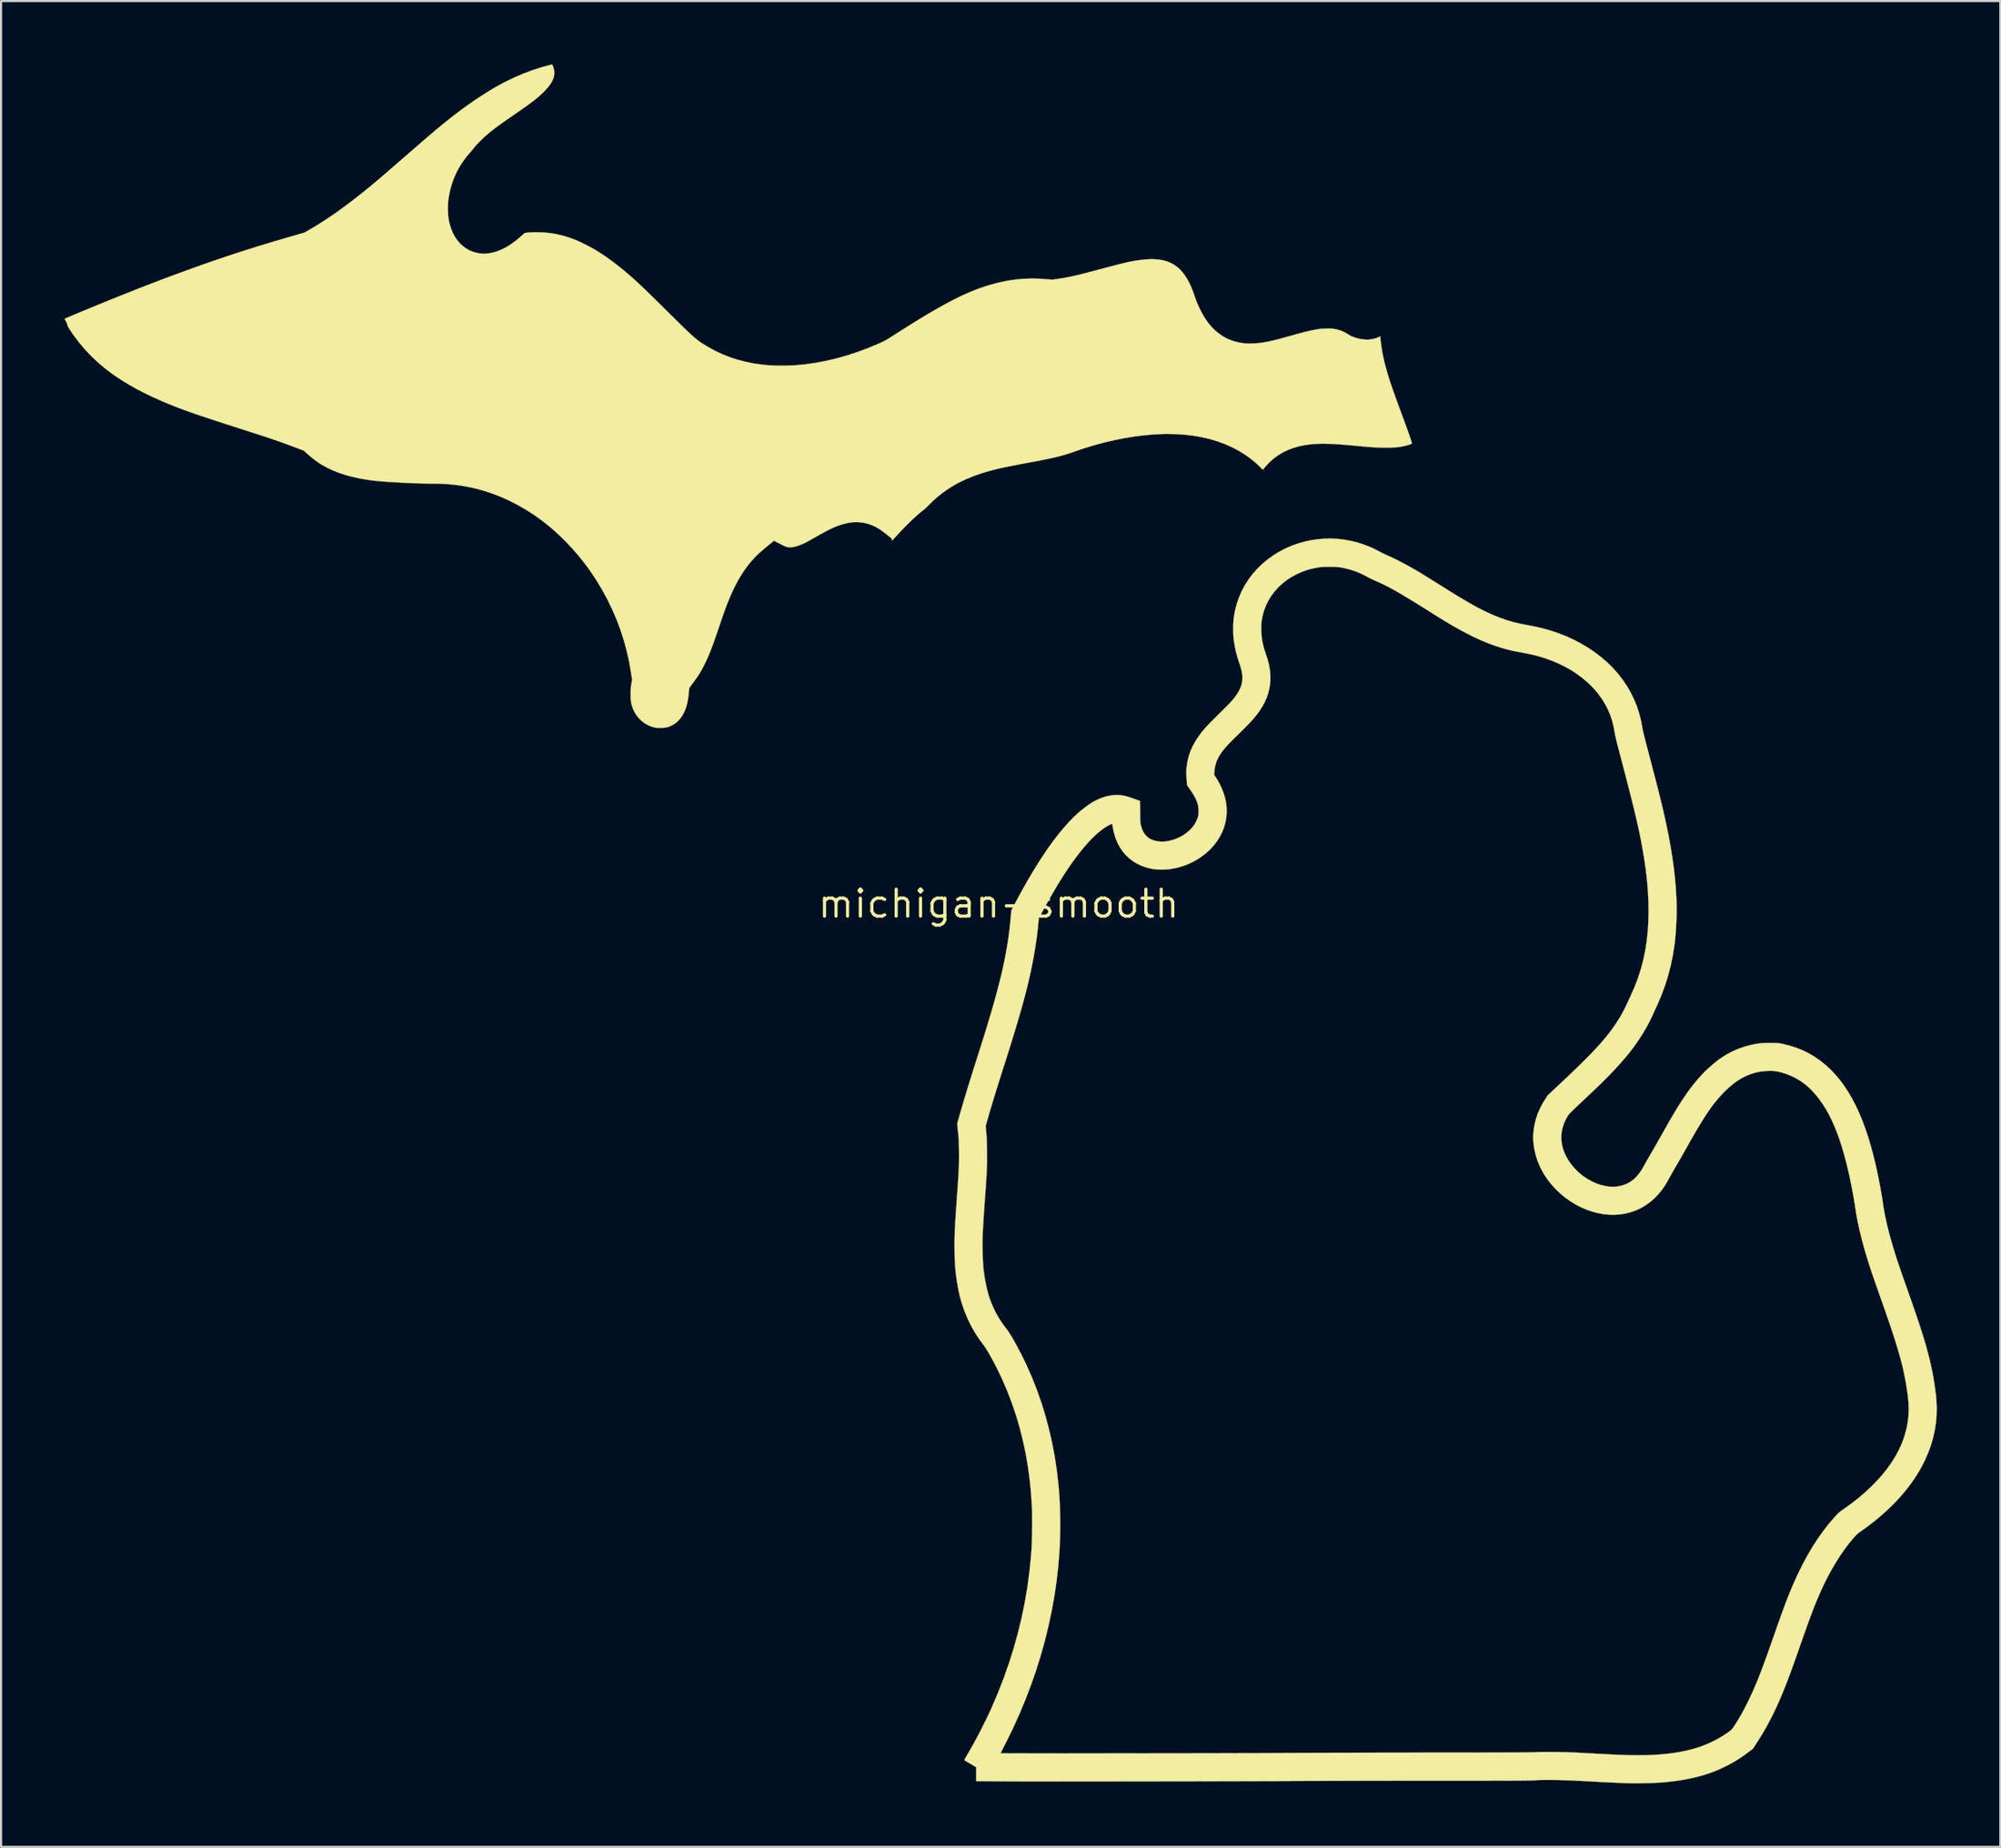
<source format=kicad_pcb>
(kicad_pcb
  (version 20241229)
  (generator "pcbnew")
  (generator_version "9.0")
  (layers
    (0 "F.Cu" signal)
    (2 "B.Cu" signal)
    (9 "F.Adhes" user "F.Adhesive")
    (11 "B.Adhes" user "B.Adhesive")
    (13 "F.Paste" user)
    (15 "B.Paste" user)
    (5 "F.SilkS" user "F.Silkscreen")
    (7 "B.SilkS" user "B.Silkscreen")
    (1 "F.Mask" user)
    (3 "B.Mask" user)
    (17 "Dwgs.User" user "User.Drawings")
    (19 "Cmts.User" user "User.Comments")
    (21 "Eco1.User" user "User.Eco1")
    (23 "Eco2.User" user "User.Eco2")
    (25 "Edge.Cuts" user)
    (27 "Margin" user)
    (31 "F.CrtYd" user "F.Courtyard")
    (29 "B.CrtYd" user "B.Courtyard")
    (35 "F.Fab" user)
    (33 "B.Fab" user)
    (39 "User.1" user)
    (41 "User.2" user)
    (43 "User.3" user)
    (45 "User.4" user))
  (footprint "michigan-smooth"
    (layer "F.Cu")
    (at 44.118 39.648)
    (property "Reference" "michigan-smooth" (at 0 0 0) (layer "F.SilkS") (effects (font (size 1.27 1.27) (thickness 0.15))))
    (attr through_hole)
    (fp_poly (pts (xy -21.082 -39.641) (xy -21.081 -39.641) (xy -21.067 -39.618) (xy -21.05 -39.576) (xy -21.032 -39.522) (xy -21.015 -39.462) (xy -21.001 -39.402) (xy -20.993 -39.356) (xy -20.986 -39.232) (xy -21.001 -39.107) (xy -21.021 -39.027) (xy -21.056 -38.931) (xy -21.102 -38.837) (xy -21.16 -38.741) (xy -21.233 -38.641) (xy -21.323 -38.533) (xy -21.411 -38.436) (xy -21.478 -38.366) (xy -21.547 -38.298) (xy -21.619 -38.23) (xy -21.696 -38.16) (xy -21.78 -38.089) (xy -21.871 -38.014) (xy -21.971 -37.935) (xy -22.083 -37.851) (xy -22.206 -37.759) (xy -22.344 -37.659) (xy -22.497 -37.551) (xy -22.667 -37.432) (xy -22.855 -37.301) (xy -23.05 -37.167) (xy -23.258 -37.023) (xy -23.446 -36.891) (xy -23.616 -36.769) (xy -23.77 -36.654) (xy -23.91 -36.546) (xy -24.039 -36.443) (xy -24.158 -36.343) (xy -24.27 -36.244) (xy -24.376 -36.146) (xy -24.41 -36.113) (xy -24.52 -36.005) (xy -24.613 -35.909) (xy -24.694 -35.819) (xy -24.767 -35.733) (xy -24.822 -35.662) (xy -24.864 -35.609) (xy -24.912 -35.551) (xy -24.955 -35.503) (xy -25.057 -35.388) (xy -25.163 -35.256) (xy -25.268 -35.114) (xy -25.368 -34.968) (xy -25.456 -34.827) (xy -25.466 -34.811) (xy -25.606 -34.552) (xy -25.724 -34.292) (xy -25.821 -34.027) (xy -25.899 -33.751) (xy -25.959 -33.461) (xy -25.97 -33.394) (xy -25.984 -33.308) (xy -25.994 -33.236) (xy -26.001 -33.171) (xy -26.005 -33.106) (xy -26.008 -33.034) (xy -26.009 -32.949) (xy -26.01 -32.867) (xy -26.009 -32.725) (xy -26.005 -32.602) (xy -25.997 -32.492) (xy -25.985 -32.39) (xy -25.968 -32.289) (xy -25.945 -32.184) (xy -25.925 -32.099) (xy -25.857 -31.883) (xy -25.773 -31.682) (xy -25.672 -31.498) (xy -25.556 -31.332) (xy -25.426 -31.183) (xy -25.282 -31.054) (xy -25.127 -30.945) (xy -24.962 -30.855) (xy -24.786 -30.787) (xy -24.602 -30.741) (xy -24.411 -30.717) (xy -24.213 -30.717) (xy -24.01 -30.741) (xy -23.882 -30.768) (xy -23.669 -30.832) (xy -23.455 -30.919) (xy -23.242 -31.03) (xy -23.027 -31.165) (xy -22.81 -31.324) (xy -22.591 -31.508) (xy -22.585 -31.513) (xy -22.53 -31.562) (xy -22.48 -31.606) (xy -22.438 -31.643) (xy -22.409 -31.668) (xy -22.399 -31.677) (xy -22.37 -31.689) (xy -22.318 -31.699) (xy -22.244 -31.708) (xy -22.151 -31.715) (xy -22.039 -31.721) (xy -21.911 -31.724) (xy -21.785 -31.725) (xy -21.485 -31.715) (xy -21.192 -31.688) (xy -20.901 -31.64) (xy -20.61 -31.573) (xy -20.314 -31.485) (xy -20.01 -31.375) (xy -19.968 -31.358) (xy -19.889 -31.324) (xy -19.792 -31.28) (xy -19.682 -31.227) (xy -19.564 -31.168) (xy -19.441 -31.106) (xy -19.32 -31.042) (xy -19.204 -30.979) (xy -19.097 -30.919) (xy -19.004 -30.865) (xy -18.996 -30.86) (xy -18.749 -30.704) (xy -18.492 -30.528) (xy -18.228 -30.337) (xy -17.961 -30.132) (xy -17.694 -29.916) (xy -17.513 -29.764) (xy -17.426 -29.688) (xy -17.339 -29.611) (xy -17.249 -29.531) (xy -17.157 -29.447) (xy -17.06 -29.358) (xy -16.957 -29.263) (xy -16.848 -29.16) (xy -16.731 -29.048) (xy -16.605 -28.926) (xy -16.468 -28.794) (xy -16.319 -28.648) (xy -16.157 -28.49) (xy -15.981 -28.316) (xy -15.79 -28.127) (xy -15.611 -27.95) (xy -15.429 -27.77) (xy -15.265 -27.607) (xy -15.116 -27.46) (xy -14.981 -27.328) (xy -14.859 -27.209) (xy -14.749 -27.103) (xy -14.649 -27.008) (xy -14.558 -26.923) (xy -14.475 -26.847) (xy -14.399 -26.78) (xy -14.328 -26.719) (xy -14.261 -26.664) (xy -14.196 -26.614) (xy -14.134 -26.568) (xy -14.071 -26.524) (xy -14.007 -26.481) (xy -13.941 -26.439) (xy -13.871 -26.396) (xy -13.797 -26.351) (xy -13.716 -26.303) (xy -13.7 -26.293) (xy -13.373 -26.115) (xy -13.031 -25.956) (xy -12.674 -25.817) (xy -12.305 -25.698) (xy -11.924 -25.6) (xy -11.533 -25.522) (xy -11.134 -25.467) (xy -10.884 -25.443) (xy -10.768 -25.436) (xy -10.632 -25.431) (xy -10.482 -25.427) (xy -10.322 -25.426) (xy -10.158 -25.426) (xy -9.996 -25.428) (xy -9.841 -25.431) (xy -9.698 -25.437) (xy -9.572 -25.444) (xy -9.557 -25.445) (xy -9.093 -25.491) (xy -8.622 -25.56) (xy -8.145 -25.651) (xy -7.664 -25.765) (xy -7.18 -25.901) (xy -6.696 -26.058) (xy -6.212 -26.236) (xy -5.731 -26.435) (xy -5.607 -26.489) (xy -5.54 -26.52) (xy -5.48 -26.548) (xy -5.425 -26.575) (xy -5.37 -26.604) (xy -5.312 -26.636) (xy -5.249 -26.674) (xy -5.176 -26.718) (xy -5.091 -26.772) (xy -4.989 -26.836) (xy -4.921 -26.88) (xy -4.568 -27.105) (xy -4.233 -27.316) (xy -3.917 -27.513) (xy -3.617 -27.696) (xy -3.333 -27.867) (xy -3.063 -28.025) (xy -2.807 -28.172) (xy -2.562 -28.308) (xy -2.329 -28.434) (xy -2.105 -28.55) (xy -1.89 -28.657) (xy -1.682 -28.756) (xy -1.48 -28.846) (xy -1.283 -28.93) (xy -1.09 -29.007) (xy -0.899 -29.077) (xy -0.71 -29.143) (xy -0.521 -29.204) (xy -0.391 -29.243) (xy -0.002 -29.347) (xy 0.381 -29.428) (xy 0.759 -29.487) (xy 1.138 -29.523) (xy 1.519 -29.538) (xy 1.906 -29.531) (xy 2.192 -29.513) (xy 2.535 -29.484) (xy 2.827 -29.526) (xy 3.12 -29.573) (xy 3.431 -29.634) (xy 3.756 -29.708) (xy 4.04 -29.78) (xy 4.307 -29.851) (xy 4.551 -29.915) (xy 4.773 -29.974) (xy 4.975 -30.027) (xy 5.157 -30.075) (xy 5.322 -30.118) (xy 5.47 -30.157) (xy 5.603 -30.191) (xy 5.723 -30.221) (xy 5.83 -30.248) (xy 5.926 -30.271) (xy 6.012 -30.292) (xy 6.09 -30.31) (xy 6.161 -30.325) (xy 6.226 -30.339) (xy 6.286 -30.351) (xy 6.344 -30.362) (xy 6.4 -30.372) (xy 6.456 -30.381) (xy 6.513 -30.389) (xy 6.572 -30.398) (xy 6.606 -30.403) (xy 6.874 -30.435) (xy 7.123 -30.451) (xy 7.354 -30.451) (xy 7.569 -30.434) (xy 7.768 -30.4) (xy 7.953 -30.349) (xy 8.124 -30.28) (xy 8.282 -30.194) (xy 8.43 -30.09) (xy 8.566 -29.967) (xy 8.645 -29.883) (xy 8.768 -29.729) (xy 8.885 -29.552) (xy 8.994 -29.355) (xy 9.095 -29.14) (xy 9.186 -28.91) (xy 9.227 -28.791) (xy 9.327 -28.508) (xy 9.44 -28.238) (xy 9.564 -27.983) (xy 9.696 -27.747) (xy 9.837 -27.531) (xy 9.908 -27.434) (xy 10.069 -27.242) (xy 10.245 -27.07) (xy 10.434 -26.918) (xy 10.634 -26.787) (xy 10.845 -26.678) (xy 11.065 -26.593) (xy 11.227 -26.546) (xy 11.374 -26.513) (xy 11.513 -26.49) (xy 11.653 -26.475) (xy 11.802 -26.469) (xy 11.96 -26.47) (xy 12.089 -26.475) (xy 12.217 -26.484) (xy 12.347 -26.497) (xy 12.482 -26.516) (xy 12.624 -26.54) (xy 12.776 -26.569) (xy 12.94 -26.606) (xy 13.119 -26.649) (xy 13.314 -26.7) (xy 13.529 -26.759) (xy 13.71 -26.81) (xy 13.902 -26.864) (xy 14.072 -26.912) (xy 14.224 -26.953) (xy 14.359 -26.989) (xy 14.481 -27.02) (xy 14.592 -27.047) (xy 14.695 -27.071) (xy 14.792 -27.092) (xy 14.887 -27.111) (xy 14.942 -27.121) (xy 15.038 -27.138) (xy 15.118 -27.151) (xy 15.19 -27.16) (xy 15.261 -27.166) (xy 15.34 -27.171) (xy 15.435 -27.174) (xy 15.456 -27.174) (xy 15.551 -27.176) (xy 15.626 -27.177) (xy 15.688 -27.176) (xy 15.742 -27.172) (xy 15.794 -27.166) (xy 15.849 -27.158) (xy 15.87 -27.155) (xy 16.002 -27.128) (xy 16.122 -27.094) (xy 16.237 -27.05) (xy 16.354 -26.994) (xy 16.478 -26.923) (xy 16.532 -26.889) (xy 16.591 -26.854) (xy 16.645 -26.825) (xy 16.701 -26.799) (xy 16.766 -26.775) (xy 16.849 -26.747) (xy 16.856 -26.745) (xy 16.941 -26.718) (xy 17.012 -26.699) (xy 17.077 -26.685) (xy 17.145 -26.674) (xy 17.227 -26.665) (xy 17.241 -26.663) (xy 17.315 -26.656) (xy 17.372 -26.651) (xy 17.418 -26.65) (xy 17.461 -26.652) (xy 17.509 -26.657) (xy 17.568 -26.666) (xy 17.616 -26.674) (xy 17.703 -26.69) (xy 17.773 -26.706) (xy 17.833 -26.724) (xy 17.89 -26.747) (xy 17.913 -26.757) (xy 18.028 -26.808) (xy 18.037 -26.685) (xy 18.047 -26.586) (xy 18.061 -26.468) (xy 18.079 -26.338) (xy 18.099 -26.204) (xy 18.122 -26.07) (xy 18.145 -25.945) (xy 18.153 -25.902) (xy 18.181 -25.768) (xy 18.212 -25.633) (xy 18.245 -25.497) (xy 18.281 -25.357) (xy 18.322 -25.211) (xy 18.366 -25.059) (xy 18.416 -24.898) (xy 18.47 -24.727) (xy 18.531 -24.544) (xy 18.598 -24.347) (xy 18.672 -24.136) (xy 18.754 -23.907) (xy 18.843 -23.661) (xy 18.941 -23.394) (xy 19.048 -23.106) (xy 19.069 -23.05) (xy 19.134 -22.876) (xy 19.195 -22.709) (xy 19.253 -22.549) (xy 19.307 -22.399) (xy 19.356 -22.261) (xy 19.4 -22.135) (xy 19.438 -22.024) (xy 19.469 -21.93) (xy 19.494 -21.853) (xy 19.51 -21.796) (xy 19.519 -21.76) (xy 19.52 -21.751) (xy 19.508 -21.736) (xy 19.474 -21.718) (xy 19.422 -21.698) (xy 19.355 -21.676) (xy 19.275 -21.654) (xy 19.188 -21.633) (xy 19.095 -21.613) (xy 19 -21.595) (xy 18.907 -21.58) (xy 18.834 -21.571) (xy 18.741 -21.563) (xy 18.628 -21.557) (xy 18.503 -21.552) (xy 18.369 -21.55) (xy 18.235 -21.549) (xy 18.106 -21.55) (xy 18.004 -21.553) (xy 17.923 -21.556) (xy 17.845 -21.56) (xy 17.766 -21.564) (xy 17.685 -21.569) (xy 17.598 -21.575) (xy 17.503 -21.582) (xy 17.398 -21.591) (xy 17.28 -21.601) (xy 17.146 -21.613) (xy 16.993 -21.627) (xy 16.82 -21.643) (xy 16.701 -21.655) (xy 16.435 -21.679) (xy 16.191 -21.698) (xy 15.968 -21.714) (xy 15.763 -21.725) (xy 15.573 -21.733) (xy 15.397 -21.736) (xy 15.231 -21.736) (xy 15.073 -21.731) (xy 14.922 -21.723) (xy 14.821 -21.716) (xy 14.515 -21.679) (xy 14.224 -21.623) (xy 13.947 -21.546) (xy 13.686 -21.449) (xy 13.44 -21.333) (xy 13.21 -21.196) (xy 12.996 -21.04) (xy 12.797 -20.865) (xy 12.615 -20.67) (xy 12.597 -20.648) (xy 12.48 -20.508) (xy 12.339 -20.647) (xy 12.198 -20.782) (xy 12.061 -20.903) (xy 11.922 -21.015) (xy 11.773 -21.125) (xy 11.62 -21.23) (xy 11.324 -21.413) (xy 11.011 -21.577) (xy 10.682 -21.722) (xy 10.338 -21.848) (xy 9.978 -21.955) (xy 9.604 -22.043) (xy 9.216 -22.111) (xy 8.815 -22.16) (xy 8.402 -22.188) (xy 7.976 -22.197) (xy 7.784 -22.195) (xy 7.34 -22.175) (xy 6.883 -22.135) (xy 6.416 -22.077) (xy 5.941 -21.999) (xy 5.462 -21.904) (xy 4.979 -21.791) (xy 4.498 -21.661) (xy 4.019 -21.514) (xy 3.575 -21.362) (xy 3.44 -21.314) (xy 3.305 -21.27) (xy 3.17 -21.228) (xy 3.031 -21.187) (xy 2.886 -21.148) (xy 2.733 -21.109) (xy 2.568 -21.071) (xy 2.39 -21.032) (xy 2.196 -20.991) (xy 1.984 -20.949) (xy 1.75 -20.904) (xy 1.578 -20.872) (xy 1.331 -20.826) (xy 1.096 -20.782) (xy 0.875 -20.739) (xy 0.669 -20.699) (xy 0.48 -20.661) (xy 0.309 -20.626) (xy 0.159 -20.595) (xy 0.03 -20.567) (xy -0.074 -20.543) (xy -0.467 -20.441) (xy -0.841 -20.328) (xy -1.195 -20.202) (xy -1.529 -20.065) (xy -1.841 -19.918) (xy -2 -19.833) (xy -2.231 -19.698) (xy -2.461 -19.547) (xy -2.684 -19.386) (xy -2.896 -19.216) (xy -3.092 -19.043) (xy -3.268 -18.868) (xy -3.277 -18.859) (xy -3.356 -18.778) (xy -3.436 -18.702) (xy -3.509 -18.638) (xy -3.556 -18.601) (xy -3.658 -18.522) (xy -3.775 -18.424) (xy -3.904 -18.31) (xy -4.043 -18.18) (xy -4.192 -18.038) (xy -4.347 -17.884) (xy -4.509 -17.719) (xy -4.674 -17.547) (xy -4.838 -17.37) (xy -4.894 -17.31) (xy -4.945 -17.255) (xy -4.987 -17.211) (xy -5.018 -17.178) (xy -5.036 -17.16) (xy -5.039 -17.158) (xy -5.042 -17.169) (xy -5.039 -17.196) (xy -5.038 -17.201) (xy -5.036 -17.215) (xy -5.038 -17.227) (xy -5.044 -17.241) (xy -5.058 -17.258) (xy -5.082 -17.281) (xy -5.118 -17.312) (xy -5.168 -17.353) (xy -5.235 -17.406) (xy -5.268 -17.433) (xy -5.343 -17.491) (xy -5.418 -17.549) (xy -5.489 -17.602) (xy -5.551 -17.648) (xy -5.6 -17.683) (xy -5.615 -17.693) (xy -5.808 -17.806) (xy -6.011 -17.897) (xy -6.22 -17.966) (xy -6.433 -18.01) (xy -6.649 -18.031) (xy -6.865 -18.028) (xy -6.979 -18.016) (xy -7.101 -17.995) (xy -7.236 -17.965) (xy -7.378 -17.927) (xy -7.516 -17.884) (xy -7.643 -17.838) (xy -7.712 -17.811) (xy -7.781 -17.782) (xy -7.852 -17.75) (xy -7.927 -17.715) (xy -8.009 -17.674) (xy -8.098 -17.629) (xy -8.198 -17.576) (xy -8.309 -17.515) (xy -8.435 -17.446) (xy -8.577 -17.366) (xy -8.737 -17.276) (xy -8.884 -17.192) (xy -9.076 -17.088) (xy -9.252 -17.002) (xy -9.412 -16.935) (xy -9.559 -16.886) (xy -9.692 -16.854) (xy -9.813 -16.841) (xy -9.923 -16.844) (xy -10.022 -16.865) (xy -10.022 -16.865) (xy -10.058 -16.879) (xy -10.111 -16.902) (xy -10.177 -16.933) (xy -10.252 -16.969) (xy -10.33 -17.009) (xy -10.357 -17.022) (xy -10.611 -17.154) (xy -10.668 -17.107) (xy -10.806 -16.994) (xy -10.926 -16.894) (xy -11.03 -16.808) (xy -11.119 -16.732) (xy -11.197 -16.667) (xy -11.264 -16.609) (xy -11.322 -16.557) (xy -11.373 -16.51) (xy -11.419 -16.466) (xy -11.462 -16.423) (xy -11.504 -16.38) (xy -11.524 -16.359) (xy -11.71 -16.151) (xy -11.887 -15.93) (xy -12.055 -15.694) (xy -12.214 -15.441) (xy -12.367 -15.17) (xy -12.515 -14.88) (xy -12.657 -14.567) (xy -12.795 -14.232) (xy -12.823 -14.161) (xy -12.859 -14.067) (xy -12.894 -13.974) (xy -12.929 -13.88) (xy -12.965 -13.78) (xy -13.003 -13.672) (xy -13.045 -13.552) (xy -13.091 -13.419) (xy -13.143 -13.268) (xy -13.201 -13.096) (xy -13.214 -13.056) (xy -13.294 -12.823) (xy -13.366 -12.612) (xy -13.434 -12.42) (xy -13.496 -12.246) (xy -13.556 -12.088) (xy -13.612 -11.942) (xy -13.666 -11.807) (xy -13.72 -11.68) (xy -13.773 -11.559) (xy -13.827 -11.442) (xy -13.883 -11.326) (xy -13.933 -11.227) (xy -14.029 -11.047) (xy -14.131 -10.873) (xy -14.245 -10.7) (xy -14.373 -10.52) (xy -14.434 -10.437) (xy -14.486 -10.369) (xy -14.532 -10.306) (xy -14.57 -10.252) (xy -14.598 -10.211) (xy -14.615 -10.184) (xy -14.618 -10.176) (xy -14.619 -10.145) (xy -14.623 -10.093) (xy -14.629 -10.028) (xy -14.637 -9.953) (xy -14.645 -9.874) (xy -14.654 -9.797) (xy -14.663 -9.727) (xy -14.67 -9.669) (xy -14.676 -9.633) (xy -14.722 -9.416) (xy -14.784 -9.217) (xy -14.862 -9.035) (xy -14.954 -8.871) (xy -15.06 -8.726) (xy -15.18 -8.601) (xy -15.313 -8.497) (xy -15.459 -8.414) (xy -15.475 -8.407) (xy -15.557 -8.372) (xy -15.633 -8.347) (xy -15.709 -8.329) (xy -15.794 -8.318) (xy -15.893 -8.313) (xy -15.938 -8.311) (xy -16.013 -8.311) (xy -16.083 -8.312) (xy -16.144 -8.314) (xy -16.188 -8.317) (xy -16.2 -8.319) (xy -16.377 -8.363) (xy -16.545 -8.43) (xy -16.702 -8.518) (xy -16.848 -8.626) (xy -16.98 -8.752) (xy -17.095 -8.894) (xy -17.193 -9.051) (xy -17.272 -9.22) (xy -17.301 -9.303) (xy -17.325 -9.38) (xy -17.344 -9.448) (xy -17.358 -9.51) (xy -17.368 -9.573) (xy -17.374 -9.641) (xy -17.378 -9.72) (xy -17.379 -9.815) (xy -17.38 -9.906) (xy -17.379 -10.007) (xy -17.378 -10.088) (xy -17.375 -10.154) (xy -17.372 -10.211) (xy -17.366 -10.265) (xy -17.358 -10.321) (xy -17.347 -10.385) (xy -17.346 -10.39) (xy -17.312 -10.575) (xy -17.355 -10.866) (xy -17.443 -11.391) (xy -17.557 -11.909) (xy -17.695 -12.421) (xy -17.856 -12.925) (xy -18.042 -13.422) (xy -18.252 -13.91) (xy -18.485 -14.39) (xy -18.741 -14.86) (xy -19.021 -15.321) (xy -19.324 -15.772) (xy -19.393 -15.869) (xy -19.625 -16.177) (xy -19.876 -16.486) (xy -20.143 -16.791) (xy -20.42 -17.086) (xy -20.705 -17.369) (xy -20.992 -17.633) (xy -21.179 -17.795) (xy -21.552 -18.092) (xy -21.934 -18.367) (xy -22.326 -18.619) (xy -22.726 -18.849) (xy -23.133 -19.056) (xy -23.547 -19.24) (xy -23.968 -19.4) (xy -24.393 -19.536) (xy -24.824 -19.647) (xy -25.258 -19.734) (xy -25.695 -19.796) (xy -25.718 -19.799) (xy -26.073 -19.83) (xy -26.444 -19.847) (xy -26.714 -19.85) (xy -26.874 -19.851) (xy -27.05 -19.854) (xy -27.24 -19.858) (xy -27.441 -19.864) (xy -27.649 -19.872) (xy -27.863 -19.881) (xy -28.078 -19.891) (xy -28.292 -19.901) (xy -28.502 -19.913) (xy -28.705 -19.925) (xy -28.897 -19.938) (xy -29.076 -19.951) (xy -29.238 -19.964) (xy -29.381 -19.978) (xy -29.5 -19.991) (xy -29.874 -20.042) (xy -30.227 -20.105) (xy -30.559 -20.18) (xy -30.872 -20.266) (xy -31.168 -20.364) (xy -31.446 -20.475) (xy -31.71 -20.599) (xy -31.959 -20.736) (xy -31.986 -20.752) (xy -32.136 -20.849) (xy -32.294 -20.963) (xy -32.456 -21.09) (xy -32.616 -21.226) (xy -32.644 -21.25) (xy -32.82 -21.409) (xy -33.247 -21.571) (xy -33.484 -21.66) (xy -33.712 -21.744) (xy -33.937 -21.825) (xy -34.165 -21.905) (xy -34.399 -21.985) (xy -34.647 -22.067) (xy -34.912 -22.154) (xy -34.989 -22.178) (xy -35.183 -22.241) (xy -35.357 -22.297) (xy -35.514 -22.348) (xy -35.656 -22.393) (xy -35.789 -22.436) (xy -35.914 -22.477) (xy -36.036 -22.516) (xy -36.157 -22.555) (xy -36.282 -22.596) (xy -36.413 -22.638) (xy -36.555 -22.684) (xy -36.71 -22.734) (xy -36.868 -22.785) (xy -37.161 -22.881) (xy -37.432 -22.971) (xy -37.684 -23.055) (xy -37.917 -23.134) (xy -38.136 -23.21) (xy -38.342 -23.284) (xy -38.538 -23.355) (xy -38.725 -23.426) (xy -38.907 -23.496) (xy -39.085 -23.567) (xy -39.262 -23.639) (xy -39.441 -23.714) (xy -39.606 -23.785) (xy -39.98 -23.953) (xy -40.346 -24.131) (xy -40.702 -24.316) (xy -41.043 -24.507) (xy -41.368 -24.702) (xy -41.672 -24.9) (xy -41.835 -25.013) (xy -42.195 -25.284) (xy -42.534 -25.57) (xy -42.855 -25.871) (xy -43.154 -26.188) (xy -43.434 -26.52) (xy -43.689 -26.86) (xy -43.746 -26.942) (xy -43.803 -27.028) (xy -43.859 -27.112) (xy -43.908 -27.19) (xy -43.948 -27.255) (xy -43.961 -27.278) (xy -43.969 -27.298) (xy -43.98 -27.336) (xy -43.993 -27.379) (xy -44.012 -27.435) (xy -44.039 -27.497) (xy -44.066 -27.546) (xy -44.09 -27.586) (xy -44.107 -27.617) (xy -44.113 -27.634) (xy -44.113 -27.636) (xy -44.1 -27.643) (xy -44.065 -27.659) (xy -44.009 -27.684) (xy -43.935 -27.716) (xy -43.843 -27.756) (xy -43.736 -27.801) (xy -43.614 -27.852) (xy -43.48 -27.908) (xy -43.335 -27.968) (xy -43.181 -28.032) (xy -43.019 -28.099) (xy -42.851 -28.169) (xy -42.678 -28.24) (xy -42.503 -28.312) (xy -42.325 -28.384) (xy -42.148 -28.456) (xy -41.973 -28.528) (xy -41.8 -28.597) (xy -41.633 -28.665) (xy -41.472 -28.73) (xy -41.472 -28.73) (xy -40.746 -29.018) (xy -40.039 -29.293) (xy -39.35 -29.556) (xy -38.677 -29.806) (xy -38.017 -30.046) (xy -37.368 -30.276) (xy -36.729 -30.495) (xy -36.098 -30.706) (xy -35.472 -30.908) (xy -34.851 -31.103) (xy -34.231 -31.29) (xy -33.661 -31.457) (xy -32.785 -31.71) (xy -32.55 -31.845) (xy -32.159 -32.08) (xy -31.757 -32.337) (xy -31.345 -32.617) (xy -30.923 -32.92) (xy -30.492 -33.244) (xy -30.052 -33.59) (xy -29.972 -33.655) (xy -29.903 -33.711) (xy -29.839 -33.763) (xy -29.777 -33.813) (xy -29.719 -33.861) (xy -29.661 -33.908) (xy -29.603 -33.956) (xy -29.545 -34.004) (xy -29.485 -34.055) (xy -29.421 -34.108) (xy -29.354 -34.166) (xy -29.281 -34.227) (xy -29.202 -34.295) (xy -29.115 -34.369) (xy -29.02 -34.451) (xy -28.916 -34.541) (xy -28.801 -34.64) (xy -28.675 -34.75) (xy -28.536 -34.87) (xy -28.383 -35.003) (xy -28.215 -35.149) (xy -28.031 -35.308) (xy -27.83 -35.483) (xy -27.612 -35.673) (xy -27.602 -35.681) (xy -27.399 -35.857) (xy -27.213 -36.018) (xy -27.043 -36.165) (xy -26.886 -36.299) (xy -26.742 -36.422) (xy -26.608 -36.536) (xy -26.482 -36.642) (xy -26.363 -36.74) (xy -26.249 -36.834) (xy -26.139 -36.923) (xy -26.03 -37.011) (xy -25.921 -37.097) (xy -25.81 -37.184) (xy -25.724 -37.251) (xy -25.413 -37.487) (xy -25.1 -37.715) (xy -24.788 -37.933) (xy -24.479 -38.139) (xy -24.176 -38.333) (xy -23.881 -38.511) (xy -23.597 -38.674) (xy -23.325 -38.819) (xy -23.279 -38.842) (xy -22.854 -39.046) (xy -22.432 -39.227) (xy -22.011 -39.384) (xy -21.59 -39.52) (xy -21.301 -39.6) (xy -21.211 -39.622) (xy -21.145 -39.637) (xy -21.102 -39.643) (xy -21.082 -39.641)) (stroke (width 0.01) (type solid)) (fill yes) (layer "F.SilkS"))
    (fp_poly (pts (xy 16.002 -17.241) (xy 16.324 -17.203) (xy 16.646 -17.144) (xy 16.965 -17.063) (xy 17.278 -16.962) (xy 17.582 -16.842) (xy 17.874 -16.702) (xy 18.009 -16.629) (xy 18.065 -16.599) (xy 18.138 -16.562) (xy 18.221 -16.522) (xy 18.306 -16.483) (xy 18.371 -16.454) (xy 18.593 -16.353) (xy 18.831 -16.237) (xy 19.081 -16.109) (xy 19.34 -15.97) (xy 19.603 -15.822) (xy 19.741 -15.742) (xy 19.796 -15.709) (xy 19.869 -15.665) (xy 19.96 -15.609) (xy 20.066 -15.544) (xy 20.185 -15.471) (xy 20.314 -15.391) (xy 20.452 -15.305) (xy 20.597 -15.215) (xy 20.746 -15.122) (xy 20.897 -15.028) (xy 21.047 -14.934) (xy 21.196 -14.84) (xy 21.316 -14.765) (xy 21.429 -14.694) (xy 21.554 -14.618) (xy 21.689 -14.536) (xy 21.829 -14.452) (xy 21.972 -14.367) (xy 22.113 -14.284) (xy 22.249 -14.205) (xy 22.376 -14.132) (xy 22.491 -14.067) (xy 22.591 -14.012) (xy 22.64 -13.986) (xy 22.991 -13.809) (xy 23.339 -13.651) (xy 23.682 -13.513) (xy 24.02 -13.395) (xy 24.35 -13.299) (xy 24.671 -13.225) (xy 24.759 -13.208) (xy 24.844 -13.192) (xy 24.945 -13.173) (xy 25.053 -13.153) (xy 25.158 -13.132) (xy 25.235 -13.117) (xy 25.646 -13.026) (xy 26.047 -12.915) (xy 26.436 -12.785) (xy 26.812 -12.637) (xy 27.175 -12.471) (xy 27.523 -12.288) (xy 27.856 -12.089) (xy 28.173 -11.873) (xy 28.473 -11.643) (xy 28.755 -11.397) (xy 29.018 -11.137) (xy 29.261 -10.863) (xy 29.483 -10.576) (xy 29.682 -10.281) (xy 29.857 -9.977) (xy 30.011 -9.662) (xy 30.144 -9.338) (xy 30.253 -9.008) (xy 30.339 -8.674) (xy 30.391 -8.394) (xy 30.4 -8.34) (xy 30.411 -8.283) (xy 30.423 -8.22) (xy 30.438 -8.151) (xy 30.456 -8.072) (xy 30.478 -7.981) (xy 30.504 -7.877) (xy 30.535 -7.756) (xy 30.57 -7.618) (xy 30.611 -7.459) (xy 30.657 -7.286) (xy 30.742 -6.961) (xy 30.821 -6.66) (xy 30.894 -6.379) (xy 30.962 -6.119) (xy 31.024 -5.878) (xy 31.082 -5.654) (xy 31.135 -5.445) (xy 31.184 -5.251) (xy 31.23 -5.07) (xy 31.272 -4.899) (xy 31.311 -4.739) (xy 31.347 -4.588) (xy 31.382 -4.443) (xy 31.414 -4.304) (xy 31.445 -4.169) (xy 31.475 -4.036) (xy 31.504 -3.905) (xy 31.532 -3.773) (xy 31.532 -3.772) (xy 31.643 -3.231) (xy 31.739 -2.703) (xy 31.822 -2.188) (xy 31.891 -1.688) (xy 31.946 -1.204) (xy 31.986 -0.736) (xy 32.013 -0.287) (xy 32.025 0.144) (xy 32.023 0.508) (xy 32.019 0.669) (xy 32.012 0.842) (xy 32.002 1.023) (xy 31.991 1.205) (xy 31.979 1.384) (xy 31.965 1.555) (xy 31.95 1.713) (xy 31.935 1.853) (xy 31.927 1.918) (xy 31.849 2.419) (xy 31.748 2.91) (xy 31.622 3.394) (xy 31.473 3.868) (xy 31.3 4.336) (xy 31.102 4.796) (xy 31.061 4.883) (xy 31.022 4.968) (xy 30.98 5.059) (xy 30.938 5.15) (xy 30.901 5.231) (xy 30.884 5.271) (xy 30.755 5.543) (xy 30.606 5.823) (xy 30.439 6.109) (xy 30.255 6.396) (xy 30.058 6.682) (xy 29.849 6.962) (xy 29.796 7.029) (xy 29.715 7.129) (xy 29.621 7.242) (xy 29.514 7.366) (xy 29.4 7.496) (xy 29.282 7.629) (xy 29.162 7.761) (xy 29.044 7.888) (xy 28.932 8.007) (xy 28.889 8.052) (xy 28.813 8.13) (xy 28.736 8.207) (xy 28.658 8.286) (xy 28.576 8.367) (xy 28.489 8.453) (xy 28.395 8.544) (xy 28.293 8.643) (xy 28.181 8.75) (xy 28.058 8.868) (xy 27.921 8.997) (xy 27.77 9.14) (xy 27.603 9.298) (xy 27.508 9.387) (xy 27.388 9.5) (xy 27.279 9.604) (xy 27.182 9.698) (xy 27.097 9.78) (xy 27.027 9.849) (xy 26.972 9.905) (xy 26.934 9.946) (xy 26.913 9.971) (xy 26.912 9.973) (xy 26.799 10.164) (xy 26.708 10.361) (xy 26.641 10.562) (xy 26.597 10.764) (xy 26.577 10.967) (xy 26.581 11.154) (xy 26.604 11.342) (xy 26.642 11.518) (xy 26.698 11.691) (xy 26.773 11.867) (xy 26.782 11.886) (xy 26.899 12.098) (xy 27.037 12.3) (xy 27.197 12.491) (xy 27.375 12.669) (xy 27.569 12.832) (xy 27.779 12.977) (xy 28.001 13.104) (xy 28.067 13.137) (xy 28.25 13.216) (xy 28.438 13.279) (xy 28.625 13.327) (xy 28.809 13.357) (xy 28.985 13.37) (xy 29.15 13.364) (xy 29.168 13.362) (xy 29.361 13.33) (xy 29.54 13.279) (xy 29.707 13.209) (xy 29.863 13.118) (xy 30.008 13.007) (xy 30.144 12.873) (xy 30.272 12.717) (xy 30.393 12.538) (xy 30.499 12.351) (xy 30.525 12.302) (xy 30.562 12.236) (xy 30.607 12.154) (xy 30.66 12.061) (xy 30.718 11.961) (xy 30.778 11.856) (xy 30.839 11.75) (xy 30.849 11.735) (xy 30.919 11.613) (xy 30.998 11.476) (xy 31.081 11.332) (xy 31.164 11.186) (xy 31.244 11.046) (xy 31.317 10.916) (xy 31.356 10.846) (xy 31.521 10.553) (xy 31.676 10.281) (xy 31.822 10.029) (xy 31.961 9.796) (xy 32.094 9.579) (xy 32.221 9.377) (xy 32.344 9.189) (xy 32.464 9.013) (xy 32.581 8.847) (xy 32.698 8.69) (xy 32.815 8.541) (xy 32.933 8.396) (xy 33.053 8.257) (xy 33.177 8.119) (xy 33.297 7.99) (xy 33.389 7.897) (xy 33.496 7.796) (xy 33.612 7.691) (xy 33.733 7.586) (xy 33.852 7.487) (xy 33.966 7.397) (xy 34.068 7.322) (xy 34.08 7.313) (xy 34.354 7.137) (xy 34.637 6.984) (xy 34.928 6.854) (xy 35.227 6.749) (xy 35.533 6.667) (xy 35.712 6.631) (xy 35.823 6.612) (xy 35.924 6.598) (xy 36.021 6.587) (xy 36.121 6.58) (xy 36.23 6.576) (xy 36.352 6.574) (xy 36.474 6.574) (xy 36.577 6.574) (xy 36.659 6.575) (xy 36.724 6.577) (xy 36.779 6.579) (xy 36.826 6.583) (xy 36.872 6.59) (xy 36.92 6.598) (xy 36.976 6.608) (xy 37.01 6.615) (xy 37.346 6.696) (xy 37.668 6.798) (xy 37.976 6.921) (xy 38.273 7.067) (xy 38.556 7.235) (xy 38.828 7.425) (xy 39.088 7.637) (xy 39.337 7.872) (xy 39.34 7.876) (xy 39.553 8.105) (xy 39.756 8.35) (xy 39.949 8.613) (xy 40.133 8.894) (xy 40.308 9.193) (xy 40.474 9.511) (xy 40.633 9.849) (xy 40.783 10.208) (xy 40.925 10.587) (xy 41.061 10.989) (xy 41.189 11.413) (xy 41.31 11.86) (xy 41.425 12.331) (xy 41.458 12.478) (xy 41.489 12.619) (xy 41.521 12.773) (xy 41.555 12.936) (xy 41.588 13.104) (xy 41.62 13.273) (xy 41.651 13.438) (xy 41.68 13.597) (xy 41.706 13.744) (xy 41.728 13.876) (xy 41.745 13.989) (xy 41.751 14.029) (xy 41.792 14.307) (xy 41.84 14.583) (xy 41.895 14.861) (xy 41.957 15.144) (xy 42.028 15.436) (xy 42.109 15.74) (xy 42.2 16.06) (xy 42.285 16.345) (xy 42.311 16.429) (xy 42.336 16.51) (xy 42.361 16.589) (xy 42.386 16.669) (xy 42.413 16.751) (xy 42.441 16.836) (xy 42.471 16.928) (xy 42.505 17.026) (xy 42.542 17.134) (xy 42.583 17.253) (xy 42.628 17.385) (xy 42.679 17.531) (xy 42.736 17.694) (xy 42.799 17.874) (xy 42.87 18.075) (xy 42.948 18.297) (xy 42.974 18.371) (xy 43.094 18.712) (xy 43.205 19.032) (xy 43.308 19.331) (xy 43.402 19.611) (xy 43.49 19.874) (xy 43.57 20.121) (xy 43.644 20.354) (xy 43.712 20.574) (xy 43.774 20.783) (xy 43.831 20.982) (xy 43.883 21.174) (xy 43.932 21.359) (xy 43.976 21.539) (xy 44.018 21.716) (xy 44.056 21.891) (xy 44.093 22.065) (xy 44.118 22.193) (xy 44.152 22.378) (xy 44.184 22.574) (xy 44.215 22.775) (xy 44.243 22.974) (xy 44.267 23.164) (xy 44.285 23.338) (xy 44.291 23.396) (xy 44.31 23.765) (xy 44.305 24.133) (xy 44.275 24.498) (xy 44.22 24.861) (xy 44.14 25.222) (xy 44.036 25.579) (xy 43.907 25.933) (xy 43.754 26.283) (xy 43.578 26.628) (xy 43.378 26.969) (xy 43.154 27.305) (xy 42.907 27.636) (xy 42.636 27.961) (xy 42.343 28.28) (xy 42.027 28.593) (xy 41.688 28.899) (xy 41.459 29.09) (xy 41.295 29.222) (xy 41.129 29.35) (xy 40.968 29.471) (xy 40.817 29.579) (xy 40.754 29.622) (xy 40.687 29.669) (xy 40.631 29.711) (xy 40.58 29.752) (xy 40.531 29.797) (xy 40.48 29.849) (xy 40.422 29.912) (xy 40.353 29.991) (xy 40.342 30.004) (xy 40.141 30.248) (xy 39.941 30.516) (xy 39.743 30.803) (xy 39.549 31.108) (xy 39.36 31.428) (xy 39.179 31.759) (xy 39.007 32.101) (xy 38.942 32.239) (xy 38.879 32.375) (xy 38.818 32.509) (xy 38.758 32.644) (xy 38.7 32.78) (xy 38.641 32.919) (xy 38.582 33.064) (xy 38.521 33.217) (xy 38.458 33.377) (xy 38.393 33.549) (xy 38.324 33.733) (xy 38.252 33.93) (xy 38.174 34.144) (xy 38.092 34.375) (xy 38.003 34.625) (xy 37.908 34.897) (xy 37.827 35.128) (xy 37.741 35.375) (xy 37.661 35.6) (xy 37.589 35.806) (xy 37.521 35.994) (xy 37.459 36.168) (xy 37.4 36.329) (xy 37.344 36.479) (xy 37.29 36.622) (xy 37.238 36.76) (xy 37.188 36.887) (xy 37.027 37.286) (xy 36.867 37.663) (xy 36.706 38.019) (xy 36.542 38.358) (xy 36.375 38.682) (xy 36.203 38.994) (xy 36.024 39.296) (xy 35.864 39.551) (xy 35.633 39.91) (xy 35.444 40.055) (xy 35.235 40.21) (xy 35.035 40.349) (xy 34.837 40.475) (xy 34.636 40.592) (xy 34.425 40.704) (xy 34.309 40.762) (xy 34.07 40.874) (xy 33.837 40.973) (xy 33.604 41.061) (xy 33.366 41.14) (xy 33.119 41.212) (xy 32.855 41.278) (xy 32.62 41.331) (xy 32.323 41.387) (xy 32.009 41.436) (xy 31.684 41.476) (xy 31.355 41.507) (xy 31.242 41.516) (xy 31.117 41.523) (xy 30.972 41.53) (xy 30.812 41.536) (xy 30.642 41.541) (xy 30.468 41.544) (xy 30.296 41.547) (xy 30.13 41.549) (xy 29.976 41.549) (xy 29.839 41.547) (xy 29.813 41.547) (xy 29.657 41.542) (xy 29.477 41.536) (xy 29.274 41.528) (xy 29.05 41.518) (xy 28.806 41.507) (xy 28.543 41.493) (xy 28.264 41.478) (xy 28.041 41.465) (xy 27.84 41.454) (xy 27.661 41.445) (xy 27.5 41.436) (xy 27.355 41.429) (xy 27.224 41.422) (xy 27.105 41.417) (xy 26.995 41.412) (xy 26.892 41.408) (xy 26.794 41.405) (xy 26.698 41.402) (xy 26.603 41.4) (xy 26.505 41.398) (xy 26.403 41.396) (xy 26.294 41.394) (xy 26.257 41.394) (xy 26.09 41.392) (xy 25.943 41.391) (xy 25.813 41.391) (xy 25.695 41.392) (xy 25.585 41.395) (xy 25.478 41.398) (xy 25.37 41.403) (xy 25.301 41.407) (xy 25.264 41.409) (xy 25.226 41.411) (xy 25.183 41.412) (xy 25.137 41.414) (xy 25.085 41.415) (xy 25.028 41.416) (xy 24.963 41.418) (xy 24.891 41.419) (xy 24.811 41.42) (xy 24.721 41.421) (xy 24.62 41.422) (xy 24.509 41.423) (xy 24.386 41.423) (xy 24.251 41.424) (xy 24.101 41.425) (xy 23.938 41.425) (xy 23.759 41.426) (xy 23.564 41.426) (xy 23.352 41.426) (xy 23.122 41.427) (xy 22.874 41.427) (xy 22.606 41.427) (xy 22.318 41.427) (xy 22.008 41.428) (xy 21.677 41.428) (xy 21.323 41.428) (xy 20.945 41.428) (xy 20.543 41.428) (xy 20.525 41.428) (xy 20.165 41.428) (xy 19.798 41.428) (xy 19.425 41.428) (xy 19.05 41.429) (xy 18.673 41.429) (xy 18.295 41.43) (xy 17.92 41.43) (xy 17.547 41.431) (xy 17.18 41.431) (xy 16.819 41.432) (xy 16.466 41.432) (xy 16.124 41.433) (xy 15.792 41.434) (xy 15.474 41.435) (xy 15.171 41.435) (xy 14.885 41.436) (xy 14.616 41.437) (xy 14.368 41.438) (xy 14.141 41.439) (xy 13.937 41.44) (xy 13.868 41.44) (xy 13.617 41.442) (xy 13.347 41.443) (xy 13.061 41.444) (xy 12.759 41.445) (xy 12.442 41.446) (xy 12.112 41.447) (xy 11.769 41.448) (xy 11.415 41.449) (xy 11.051 41.45) (xy 10.677 41.451) (xy 10.295 41.452) (xy 9.906 41.453) (xy 9.511 41.454) (xy 9.111 41.455) (xy 8.707 41.456) (xy 8.3 41.456) (xy 7.892 41.457) (xy 7.482 41.458) (xy 7.073 41.458) (xy 6.665 41.459) (xy 6.259 41.459) (xy 5.857 41.46) (xy 5.46 41.46) (xy 5.068 41.461) (xy 4.683 41.461) (xy 4.306 41.461) (xy 3.937 41.461) (xy 3.579 41.461) (xy 3.231 41.462) (xy 2.895 41.462) (xy 2.572 41.461) (xy 2.264 41.461) (xy 1.97 41.461) (xy 1.693 41.461) (xy 1.433 41.461) (xy 1.192 41.46) (xy 0.97 41.46) (xy 0.768 41.459) (xy 0.588 41.459) (xy 0.431 41.458) (xy 0.297 41.457) (xy 0.229 41.457) (xy -1.06 41.446) (xy -1.06 40.789) (xy -1.327 40.631) (xy -1.402 40.587) (xy -1.47 40.546) (xy -1.529 40.512) (xy -1.574 40.485) (xy -1.603 40.468) (xy -1.611 40.463) (xy -1.614 40.455) (xy -1.608 40.435) (xy -1.594 40.403) (xy -1.569 40.356) (xy -1.533 40.292) (xy -1.484 40.209) (xy -1.472 40.188) (xy -1.329 39.94) (xy -1.181 39.675) (xy -1.032 39.4) (xy -0.883 39.118) (xy -0.739 38.835) (xy -0.601 38.557) (xy -0.471 38.288) (xy -0.354 38.033) (xy -0.33 37.979) (xy -0.031 37.279) (xy 0.243 36.576) (xy 0.491 35.87) (xy 0.715 35.16) (xy 0.913 34.447) (xy 1.087 33.731) (xy 1.235 33.012) (xy 1.358 32.291) (xy 1.455 31.566) (xy 1.528 30.839) (xy 1.557 30.442) (xy 1.563 30.317) (xy 1.569 30.172) (xy 1.574 30.01) (xy 1.578 29.836) (xy 1.582 29.654) (xy 1.584 29.469) (xy 1.585 29.285) (xy 1.585 29.106) (xy 1.584 28.937) (xy 1.582 28.782) (xy 1.579 28.646) (xy 1.576 28.575) (xy 1.536 27.911) (xy 1.474 27.258) (xy 1.389 26.617) (xy 1.282 25.987) (xy 1.151 25.369) (xy 0.998 24.761) (xy 0.823 24.165) (xy 0.624 23.579) (xy 0.403 23.004) (xy 0.159 22.44) (xy -0.108 21.887) (xy -0.143 21.819) (xy -0.235 21.641) (xy -0.325 21.475) (xy -0.41 21.321) (xy -0.491 21.182) (xy -0.565 21.06) (xy -0.631 20.956) (xy -0.69 20.873) (xy -0.714 20.841) (xy -0.931 20.548) (xy -1.13 20.238) (xy -1.313 19.912) (xy -1.476 19.572) (xy -1.62 19.221) (xy -1.743 18.861) (xy -1.83 18.551) (xy -1.858 18.43) (xy -1.888 18.289) (xy -1.918 18.135) (xy -1.946 17.974) (xy -1.973 17.811) (xy -1.996 17.652) (xy -2.016 17.505) (xy -2.026 17.418) (xy -2.04 17.273) (xy -2.052 17.135) (xy -2.062 16.999) (xy -2.069 16.86) (xy -2.075 16.715) (xy -2.079 16.559) (xy -2.081 16.387) (xy -2.082 16.195) (xy -2.082 16.161) (xy -2.082 16.103) (xy -0.761 16.103) (xy -0.76 16.207) (xy -0.759 16.314) (xy -0.758 16.383) (xy -0.753 16.614) (xy -0.745 16.824) (xy -0.734 17.019) (xy -0.719 17.202) (xy -0.699 17.38) (xy -0.675 17.557) (xy -0.645 17.737) (xy -0.627 17.837) (xy -0.581 18.066) (xy -0.532 18.275) (xy -0.479 18.469) (xy -0.419 18.654) (xy -0.352 18.836) (xy -0.274 19.019) (xy -0.209 19.161) (xy -0.115 19.348) (xy -0.015 19.525) (xy 0.093 19.698) (xy 0.214 19.873) (xy 0.352 20.057) (xy 0.363 20.071) (xy 0.425 20.155) (xy 0.496 20.26) (xy 0.574 20.384) (xy 0.658 20.524) (xy 0.746 20.678) (xy 0.838 20.844) (xy 0.932 21.018) (xy 1.027 21.199) (xy 1.121 21.384) (xy 1.213 21.571) (xy 1.302 21.757) (xy 1.327 21.812) (xy 1.583 22.395) (xy 1.817 22.991) (xy 2.029 23.598) (xy 2.218 24.216) (xy 2.385 24.845) (xy 2.53 25.482) (xy 2.652 26.127) (xy 2.75 26.78) (xy 2.825 27.44) (xy 2.845 27.667) (xy 2.876 28.099) (xy 2.896 28.549) (xy 2.907 29.01) (xy 2.909 29.478) (xy 2.9 29.946) (xy 2.882 30.409) (xy 2.87 30.626) (xy 2.815 31.319) (xy 2.735 32.016) (xy 2.632 32.716) (xy 2.505 33.418) (xy 2.355 34.12) (xy 2.182 34.822) (xy 1.986 35.521) (xy 1.769 36.217) (xy 1.529 36.907) (xy 1.268 37.592) (xy 0.986 38.269) (xy 0.684 38.937) (xy 0.361 39.595) (xy 0.273 39.767) (xy 0.228 39.854) (xy 0.187 39.934) (xy 0.152 40.004) (xy 0.125 40.061) (xy 0.106 40.103) (xy 0.096 40.126) (xy 0.096 40.13) (xy 0.109 40.131) (xy 0.147 40.132) (xy 0.209 40.133) (xy 0.293 40.133) (xy 0.399 40.134) (xy 0.526 40.135) (xy 0.674 40.135) (xy 0.84 40.136) (xy 1.025 40.136) (xy 1.227 40.136) (xy 1.446 40.137) (xy 1.68 40.137) (xy 1.929 40.137) (xy 2.192 40.137) (xy 2.468 40.137) (xy 2.756 40.137) (xy 3.056 40.138) (xy 3.365 40.137) (xy 3.684 40.137) (xy 4.012 40.137) (xy 4.348 40.137) (xy 4.69 40.137) (xy 5.038 40.137) (xy 5.391 40.136) (xy 5.748 40.136) (xy 6.109 40.136) (xy 6.472 40.135) (xy 6.836 40.135) (xy 7.201 40.134) (xy 7.566 40.134) (xy 7.929 40.133) (xy 8.29 40.133) (xy 8.649 40.132) (xy 9.004 40.132) (xy 9.354 40.131) (xy 9.698 40.13) (xy 10.036 40.13) (xy 10.366 40.129) (xy 10.688 40.128) (xy 11.001 40.127) (xy 11.304 40.126) (xy 11.596 40.125) (xy 11.877 40.124) (xy 12.144 40.124) (xy 12.398 40.123) (xy 12.638 40.122) (xy 12.862 40.121) (xy 13.07 40.12) (xy 13.17 40.119) (xy 13.428 40.118) (xy 13.71 40.116) (xy 14.014 40.115) (xy 14.337 40.114) (xy 14.678 40.113) (xy 15.034 40.111) (xy 15.405 40.11) (xy 15.787 40.109) (xy 16.179 40.108) (xy 16.579 40.107) (xy 16.985 40.106) (xy 17.395 40.105) (xy 17.807 40.104) (xy 18.219 40.103) (xy 18.63 40.102) (xy 19.037 40.102) (xy 19.438 40.101) (xy 19.832 40.101) (xy 20.216 40.1) (xy 20.589 40.1) (xy 20.606 40.1) (xy 21.03 40.1) (xy 21.43 40.1) (xy 21.805 40.099) (xy 22.157 40.099) (xy 22.487 40.099) (xy 22.795 40.098) (xy 23.081 40.098) (xy 23.347 40.097) (xy 23.592 40.097) (xy 23.819 40.096) (xy 24.027 40.095) (xy 24.218 40.095) (xy 24.391 40.094) (xy 24.547 40.093) (xy 24.688 40.092) (xy 24.814 40.091) (xy 24.926 40.09) (xy 25.023 40.089) (xy 25.108 40.088) (xy 25.181 40.086) (xy 25.241 40.085) (xy 25.291 40.084) (xy 25.331 40.082) (xy 25.349 40.081) (xy 25.455 40.076) (xy 25.573 40.073) (xy 25.707 40.071) (xy 25.859 40.07) (xy 26.03 40.07) (xy 26.224 40.072) (xy 26.283 40.072) (xy 26.397 40.074) (xy 26.502 40.075) (xy 26.601 40.077) (xy 26.696 40.079) (xy 26.789 40.081) (xy 26.883 40.084) (xy 26.979 40.087) (xy 27.08 40.091) (xy 27.188 40.096) (xy 27.306 40.101) (xy 27.436 40.108) (xy 27.579 40.115) (xy 27.739 40.124) (xy 27.917 40.133) (xy 28.116 40.144) (xy 28.338 40.157) (xy 28.34 40.157) (xy 28.643 40.173) (xy 28.923 40.188) (xy 29.181 40.199) (xy 29.42 40.209) (xy 29.643 40.217) (xy 29.85 40.222) (xy 30.044 40.225) (xy 30.228 40.226) (xy 30.403 40.225) (xy 30.571 40.222) (xy 30.735 40.217) (xy 30.896 40.21) (xy 31.056 40.201) (xy 31.153 40.195) (xy 31.507 40.164) (xy 31.85 40.122) (xy 32.179 40.069) (xy 32.494 40.005) (xy 32.79 39.931) (xy 33.066 39.847) (xy 33.18 39.808) (xy 33.521 39.671) (xy 33.849 39.514) (xy 34.163 39.335) (xy 34.385 39.191) (xy 34.463 39.138) (xy 34.525 39.093) (xy 34.575 39.054) (xy 34.616 39.016) (xy 34.654 38.974) (xy 34.691 38.926) (xy 34.733 38.865) (xy 34.782 38.789) (xy 34.806 38.753) (xy 34.968 38.488) (xy 35.131 38.201) (xy 35.294 37.895) (xy 35.453 37.574) (xy 35.608 37.24) (xy 35.713 37.001) (xy 35.775 36.854) (xy 35.836 36.705) (xy 35.899 36.551) (xy 35.962 36.391) (xy 36.027 36.223) (xy 36.094 36.043) (xy 36.165 35.852) (xy 36.241 35.646) (xy 36.321 35.423) (xy 36.406 35.181) (xy 36.498 34.92) (xy 36.579 34.69) (xy 36.685 34.386) (xy 36.784 34.104) (xy 36.877 33.843) (xy 36.964 33.6) (xy 37.046 33.375) (xy 37.124 33.165) (xy 37.198 32.969) (xy 37.27 32.785) (xy 37.339 32.611) (xy 37.406 32.445) (xy 37.473 32.285) (xy 37.539 32.131) (xy 37.606 31.98) (xy 37.674 31.829) (xy 37.743 31.679) (xy 37.753 31.657) (xy 37.968 31.22) (xy 38.194 30.8) (xy 38.43 30.399) (xy 38.676 30.017) (xy 38.931 29.656) (xy 39.193 29.316) (xy 39.463 29) (xy 39.564 28.89) (xy 39.621 28.83) (xy 39.673 28.779) (xy 39.725 28.734) (xy 39.784 28.688) (xy 39.855 28.637) (xy 39.901 28.605) (xy 40.257 28.35) (xy 40.594 28.088) (xy 40.911 27.819) (xy 41.207 27.544) (xy 41.482 27.264) (xy 41.735 26.98) (xy 41.965 26.691) (xy 42.173 26.4) (xy 42.357 26.105) (xy 42.517 25.809) (xy 42.652 25.512) (xy 42.671 25.467) (xy 42.783 25.155) (xy 42.871 24.845) (xy 42.934 24.535) (xy 42.973 24.224) (xy 42.987 23.909) (xy 42.978 23.59) (xy 42.97 23.489) (xy 42.947 23.266) (xy 42.915 23.024) (xy 42.876 22.77) (xy 42.831 22.509) (xy 42.779 22.246) (xy 42.723 21.986) (xy 42.686 21.829) (xy 42.644 21.661) (xy 42.598 21.486) (xy 42.547 21.303) (xy 42.491 21.109) (xy 42.43 20.905) (xy 42.362 20.687) (xy 42.288 20.456) (xy 42.208 20.209) (xy 42.12 19.945) (xy 42.024 19.663) (xy 41.92 19.361) (xy 41.807 19.038) (xy 41.72 18.79) (xy 41.662 18.625) (xy 41.604 18.46) (xy 41.546 18.297) (xy 41.491 18.139) (xy 41.438 17.988) (xy 41.389 17.847) (xy 41.344 17.718) (xy 41.305 17.605) (xy 41.272 17.51) (xy 41.247 17.435) (xy 41.241 17.418) (xy 41.099 16.983) (xy 40.97 16.567) (xy 40.855 16.167) (xy 40.752 15.783) (xy 40.662 15.412) (xy 40.584 15.052) (xy 40.517 14.702) (xy 40.461 14.358) (xy 40.444 14.237) (xy 40.427 14.124) (xy 40.405 13.991) (xy 40.379 13.842) (xy 40.35 13.68) (xy 40.318 13.51) (xy 40.285 13.336) (xy 40.25 13.162) (xy 40.215 12.993) (xy 40.181 12.831) (xy 40.156 12.719) (xy 40.055 12.296) (xy 39.951 11.897) (xy 39.842 11.521) (xy 39.729 11.167) (xy 39.61 10.835) (xy 39.485 10.523) (xy 39.354 10.23) (xy 39.217 9.956) (xy 39.073 9.698) (xy 38.921 9.457) (xy 38.762 9.232) (xy 38.633 9.068) (xy 38.455 8.863) (xy 38.273 8.682) (xy 38.085 8.521) (xy 37.887 8.379) (xy 37.677 8.252) (xy 37.535 8.179) (xy 37.34 8.091) (xy 37.145 8.018) (xy 36.953 7.96) (xy 36.768 7.919) (xy 36.595 7.896) (xy 36.557 7.893) (xy 36.419 7.891) (xy 36.267 7.897) (xy 36.108 7.911) (xy 35.952 7.933) (xy 35.807 7.961) (xy 35.738 7.978) (xy 35.521 8.045) (xy 35.312 8.128) (xy 35.11 8.23) (xy 34.911 8.351) (xy 34.714 8.493) (xy 34.517 8.657) (xy 34.318 8.844) (xy 34.257 8.905) (xy 34.153 9.014) (xy 34.051 9.125) (xy 33.95 9.241) (xy 33.851 9.362) (xy 33.751 9.489) (xy 33.65 9.625) (xy 33.547 9.77) (xy 33.442 9.927) (xy 33.332 10.096) (xy 33.217 10.278) (xy 33.096 10.476) (xy 32.968 10.691) (xy 32.833 10.923) (xy 32.688 11.175) (xy 32.534 11.448) (xy 32.474 11.557) (xy 32.407 11.677) (xy 32.332 11.809) (xy 32.252 11.948) (xy 32.173 12.087) (xy 32.096 12.22) (xy 32.026 12.341) (xy 31.994 12.395) (xy 31.935 12.496) (xy 31.876 12.599) (xy 31.818 12.7) (xy 31.765 12.793) (xy 31.719 12.876) (xy 31.682 12.944) (xy 31.664 12.979) (xy 31.516 13.24) (xy 31.354 13.481) (xy 31.179 13.7) (xy 30.991 13.899) (xy 30.791 14.076) (xy 30.578 14.231) (xy 30.353 14.365) (xy 30.117 14.476) (xy 29.87 14.565) (xy 29.612 14.631) (xy 29.376 14.67) (xy 29.108 14.69) (xy 28.838 14.687) (xy 28.567 14.659) (xy 28.296 14.61) (xy 28.027 14.538) (xy 27.762 14.446) (xy 27.501 14.333) (xy 27.247 14.201) (xy 27.001 14.05) (xy 26.765 13.882) (xy 26.539 13.697) (xy 26.327 13.495) (xy 26.128 13.278) (xy 25.944 13.047) (xy 25.778 12.802) (xy 25.718 12.703) (xy 25.579 12.441) (xy 25.465 12.171) (xy 25.374 11.894) (xy 25.307 11.608) (xy 25.274 11.396) (xy 25.256 11.229) (xy 25.249 11.071) (xy 25.253 10.911) (xy 25.266 10.741) (xy 25.273 10.681) (xy 25.316 10.415) (xy 25.38 10.156) (xy 25.467 9.903) (xy 25.577 9.653) (xy 25.711 9.404) (xy 25.817 9.233) (xy 25.94 9.045) (xy 26.587 8.438) (xy 26.856 8.184) (xy 27.106 7.946) (xy 27.339 7.722) (xy 27.554 7.511) (xy 27.754 7.311) (xy 27.939 7.123) (xy 28.11 6.945) (xy 28.268 6.775) (xy 28.414 6.614) (xy 28.549 6.459) (xy 28.674 6.31) (xy 28.79 6.166) (xy 28.898 6.026) (xy 28.964 5.937) (xy 29.172 5.637) (xy 29.361 5.335) (xy 29.529 5.034) (xy 29.673 4.736) (xy 29.69 4.699) (xy 29.726 4.62) (xy 29.767 4.529) (xy 29.81 4.437) (xy 29.849 4.354) (xy 29.851 4.35) (xy 30.034 3.94) (xy 30.193 3.525) (xy 30.33 3.103) (xy 30.445 2.673) (xy 30.537 2.232) (xy 30.609 1.78) (xy 30.659 1.314) (xy 30.688 0.86) (xy 30.699 0.393) (xy 30.693 -0.088) (xy 30.669 -0.583) (xy 30.627 -1.092) (xy 30.567 -1.617) (xy 30.489 -2.159) (xy 30.397 -2.696) (xy 30.371 -2.839) (xy 30.344 -2.981) (xy 30.316 -3.122) (xy 30.287 -3.264) (xy 30.258 -3.408) (xy 30.226 -3.555) (xy 30.193 -3.707) (xy 30.157 -3.865) (xy 30.119 -4.03) (xy 30.078 -4.203) (xy 30.034 -4.387) (xy 29.987 -4.581) (xy 29.935 -4.788) (xy 29.88 -5.009) (xy 29.82 -5.245) (xy 29.756 -5.497) (xy 29.686 -5.766) (xy 29.612 -6.055) (xy 29.531 -6.363) (xy 29.445 -6.693) (xy 29.352 -7.046) (xy 29.318 -7.176) (xy 29.274 -7.344) (xy 29.236 -7.49) (xy 29.204 -7.617) (xy 29.177 -7.726) (xy 29.155 -7.822) (xy 29.136 -7.905) (xy 29.12 -7.979) (xy 29.107 -8.047) (xy 29.097 -8.109) (xy 29.095 -8.12) (xy 29.042 -8.4) (xy 28.975 -8.665) (xy 28.894 -8.908) (xy 28.776 -9.187) (xy 28.635 -9.457) (xy 28.471 -9.716) (xy 28.287 -9.964) (xy 28.081 -10.201) (xy 27.856 -10.426) (xy 27.611 -10.638) (xy 27.348 -10.837) (xy 27.067 -11.022) (xy 26.769 -11.192) (xy 26.455 -11.348) (xy 26.126 -11.487) (xy 25.782 -11.611) (xy 25.424 -11.717) (xy 25.362 -11.734) (xy 25.265 -11.757) (xy 25.144 -11.784) (xy 25.002 -11.814) (xy 24.84 -11.846) (xy 24.661 -11.881) (xy 24.465 -11.917) (xy 24.416 -11.926) (xy 24.258 -11.958) (xy 24.083 -12) (xy 23.895 -12.051) (xy 23.699 -12.11) (xy 23.499 -12.174) (xy 23.3 -12.243) (xy 23.107 -12.315) (xy 22.962 -12.373) (xy 22.754 -12.462) (xy 22.544 -12.558) (xy 22.328 -12.662) (xy 22.106 -12.775) (xy 21.874 -12.898) (xy 21.633 -13.032) (xy 21.379 -13.178) (xy 21.111 -13.338) (xy 20.826 -13.511) (xy 20.544 -13.688) (xy 20.286 -13.849) (xy 20.049 -13.998) (xy 19.83 -14.135) (xy 19.628 -14.26) (xy 19.442 -14.374) (xy 19.27 -14.478) (xy 19.111 -14.574) (xy 18.964 -14.661) (xy 18.826 -14.741) (xy 18.698 -14.814) (xy 18.576 -14.881) (xy 18.461 -14.943) (xy 18.35 -15) (xy 18.243 -15.054) (xy 18.137 -15.106) (xy 18.032 -15.156) (xy 17.925 -15.204) (xy 17.816 -15.252) (xy 17.788 -15.265) (xy 17.701 -15.304) (xy 17.611 -15.346) (xy 17.523 -15.389) (xy 17.445 -15.429) (xy 17.392 -15.458) (xy 17.137 -15.589) (xy 16.877 -15.7) (xy 16.608 -15.789) (xy 16.327 -15.86) (xy 16.135 -15.896) (xy 16.073 -15.904) (xy 15.99 -15.91) (xy 15.891 -15.915) (xy 15.782 -15.918) (xy 15.667 -15.92) (xy 15.552 -15.92) (xy 15.44 -15.919) (xy 15.338 -15.916) (xy 15.25 -15.912) (xy 15.18 -15.905) (xy 15.164 -15.903) (xy 14.933 -15.863) (xy 14.72 -15.814) (xy 14.52 -15.754) (xy 14.325 -15.683) (xy 14.129 -15.597) (xy 14.099 -15.583) (xy 13.85 -15.449) (xy 13.618 -15.299) (xy 13.403 -15.132) (xy 13.207 -14.95) (xy 13.03 -14.754) (xy 12.874 -14.544) (xy 12.738 -14.321) (xy 12.624 -14.086) (xy 12.532 -13.84) (xy 12.472 -13.627) (xy 12.446 -13.504) (xy 12.427 -13.388) (xy 12.414 -13.27) (xy 12.407 -13.143) (xy 12.405 -13.005) (xy 12.413 -12.746) (xy 12.44 -12.496) (xy 12.487 -12.249) (xy 12.555 -11.998) (xy 12.622 -11.799) (xy 12.708 -11.538) (xy 12.772 -11.28) (xy 12.815 -11.026) (xy 12.836 -10.779) (xy 12.835 -10.541) (xy 12.82 -10.374) (xy 12.784 -10.154) (xy 12.731 -9.942) (xy 12.661 -9.736) (xy 12.572 -9.533) (xy 12.464 -9.331) (xy 12.335 -9.129) (xy 12.184 -8.924) (xy 12.01 -8.714) (xy 11.969 -8.668) (xy 11.921 -8.615) (xy 11.857 -8.547) (xy 11.781 -8.468) (xy 11.696 -8.381) (xy 11.604 -8.288) (xy 11.509 -8.193) (xy 11.414 -8.099) (xy 11.368 -8.054) (xy 11.276 -7.965) (xy 11.185 -7.875) (xy 11.098 -7.789) (xy 11.017 -7.708) (xy 10.945 -7.635) (xy 10.884 -7.573) (xy 10.837 -7.524) (xy 10.816 -7.502) (xy 10.669 -7.333) (xy 10.543 -7.173) (xy 10.439 -7.017) (xy 10.354 -6.865) (xy 10.288 -6.714) (xy 10.24 -6.561) (xy 10.207 -6.403) (xy 10.19 -6.24) (xy 10.189 -6.227) (xy 10.182 -6.084) (xy 10.248 -5.988) (xy 10.349 -5.829) (xy 10.445 -5.652) (xy 10.533 -5.465) (xy 10.61 -5.274) (xy 10.672 -5.088) (xy 10.689 -5.03) (xy 10.74 -4.788) (xy 10.768 -4.543) (xy 10.771 -4.297) (xy 10.75 -4.052) (xy 10.705 -3.811) (xy 10.657 -3.642) (xy 10.57 -3.411) (xy 10.46 -3.189) (xy 10.329 -2.977) (xy 10.178 -2.776) (xy 10.008 -2.588) (xy 9.821 -2.413) (xy 9.618 -2.252) (xy 9.401 -2.106) (xy 9.171 -1.977) (xy 8.928 -1.866) (xy 8.676 -1.773) (xy 8.414 -1.699) (xy 8.145 -1.647) (xy 8.033 -1.631) (xy 7.894 -1.619) (xy 7.742 -1.615) (xy 7.587 -1.617) (xy 7.435 -1.627) (xy 7.295 -1.643) (xy 7.217 -1.657) (xy 6.974 -1.717) (xy 6.746 -1.798) (xy 6.534 -1.898) (xy 6.337 -2.018) (xy 6.157 -2.157) (xy 5.993 -2.315) (xy 5.847 -2.49) (xy 5.719 -2.683) (xy 5.609 -2.892) (xy 5.519 -3.118) (xy 5.448 -3.359) (xy 5.43 -3.435) (xy 5.414 -3.51) (xy 5.4 -3.583) (xy 5.388 -3.646) (xy 5.38 -3.694) (xy 5.378 -3.711) (xy 5.37 -3.783) (xy 5.318 -3.764) (xy 5.241 -3.731) (xy 5.15 -3.682) (xy 5.049 -3.62) (xy 4.942 -3.548) (xy 4.832 -3.467) (xy 4.724 -3.38) (xy 4.629 -3.298) (xy 4.448 -3.127) (xy 4.262 -2.932) (xy 4.069 -2.716) (xy 3.873 -2.477) (xy 3.673 -2.219) (xy 3.469 -1.941) (xy 3.264 -1.645) (xy 3.057 -1.331) (xy 2.854 -1.007) (xy 2.791 -0.904) (xy 2.719 -0.783) (xy 2.64 -0.648) (xy 2.556 -0.503) (xy 2.469 -0.352) (xy 2.382 -0.199) (xy 2.297 -0.049) (xy 2.217 0.095) (xy 2.144 0.228) (xy 2.08 0.347) (xy 2.061 0.381) (xy 1.896 0.692) (xy 1.874 0.933) (xy 1.845 1.224) (xy 1.807 1.533) (xy 1.761 1.859) (xy 1.708 2.195) (xy 1.648 2.539) (xy 1.582 2.886) (xy 1.511 3.233) (xy 1.442 3.543) (xy 1.386 3.782) (xy 1.324 4.034) (xy 1.256 4.298) (xy 1.181 4.578) (xy 1.1 4.872) (xy 1.011 5.183) (xy 0.916 5.511) (xy 0.813 5.858) (xy 0.701 6.224) (xy 0.582 6.611) (xy 0.454 7.019) (xy 0.318 7.45) (xy 0.286 7.55) (xy 0.173 7.903) (xy 0.069 8.234) (xy -0.028 8.542) (xy -0.118 8.83) (xy -0.201 9.099) (xy -0.277 9.349) (xy -0.347 9.582) (xy -0.411 9.799) (xy -0.452 9.938) (xy -0.613 10.497) (xy -0.585 10.801) (xy -0.577 10.886) (xy -0.571 10.968) (xy -0.565 11.052) (xy -0.561 11.14) (xy -0.557 11.236) (xy -0.555 11.345) (xy -0.552 11.47) (xy -0.55 11.615) (xy -0.549 11.69) (xy -0.548 11.831) (xy -0.548 11.963) (xy -0.548 12.089) (xy -0.549 12.212) (xy -0.552 12.333) (xy -0.555 12.457) (xy -0.56 12.585) (xy -0.567 12.721) (xy -0.574 12.866) (xy -0.584 13.024) (xy -0.595 13.198) (xy -0.608 13.389) (xy -0.623 13.601) (xy -0.635 13.773) (xy -0.654 14.038) (xy -0.672 14.279) (xy -0.687 14.498) (xy -0.701 14.698) (xy -0.713 14.879) (xy -0.723 15.044) (xy -0.732 15.195) (xy -0.74 15.334) (xy -0.746 15.461) (xy -0.751 15.58) (xy -0.755 15.692) (xy -0.758 15.798) (xy -0.76 15.901) (xy -0.761 16.002) (xy -0.761 16.103) (xy -2.082 16.103) (xy -2.082 16.054) (xy -2.082 15.951) (xy -2.08 15.85) (xy -2.079 15.75) (xy -2.076 15.648) (xy -2.073 15.542) (xy -2.068 15.431) (xy -2.063 15.313) (xy -2.056 15.186) (xy -2.048 15.049) (xy -2.039 14.899) (xy -2.029 14.735) (xy -2.017 14.554) (xy -2.003 14.356) (xy -1.988 14.138) (xy -1.971 13.899) (xy -1.952 13.636) (xy -1.95 13.608) (xy -1.933 13.377) (xy -1.919 13.169) (xy -1.906 12.98) (xy -1.896 12.808) (xy -1.888 12.651) (xy -1.881 12.504) (xy -1.876 12.367) (xy -1.872 12.235) (xy -1.87 12.105) (xy -1.869 11.976) (xy -1.869 11.845) (xy -1.871 11.707) (xy -1.871 11.671) (xy -1.874 11.53) (xy -1.876 11.41) (xy -1.879 11.305) (xy -1.883 11.211) (xy -1.887 11.123) (xy -1.893 11.037) (xy -1.901 10.947) (xy -1.91 10.848) (xy -1.917 10.771) (xy -1.956 10.385) (xy -1.764 9.717) (xy -1.694 9.475) (xy -1.616 9.211) (xy -1.531 8.929) (xy -1.44 8.63) (xy -1.343 8.317) (xy -1.242 7.992) (xy -1.137 7.658) (xy -1.029 7.318) (xy -0.972 7.139) (xy -0.827 6.683) (xy -0.69 6.25) (xy -0.563 5.837) (xy -0.444 5.444) (xy -0.333 5.07) (xy -0.23 4.712) (xy -0.135 4.371) (xy -0.047 4.043) (xy 0.034 3.729) (xy 0.109 3.427) (xy 0.177 3.135) (xy 0.239 2.853) (xy 0.296 2.579) (xy 0.347 2.311) (xy 0.393 2.049) (xy 0.435 1.79) (xy 0.472 1.535) (xy 0.505 1.28) (xy 0.534 1.026) (xy 0.559 0.771) (xy 0.566 0.699) (xy 0.601 0.311) (xy 0.823 -0.108) (xy 1.084 -0.59) (xy 1.341 -1.048) (xy 1.595 -1.48) (xy 1.845 -1.888) (xy 2.093 -2.271) (xy 2.337 -2.63) (xy 2.579 -2.965) (xy 2.818 -3.276) (xy 3.054 -3.564) (xy 3.287 -3.827) (xy 3.518 -4.067) (xy 3.735 -4.273) (xy 3.824 -4.35) (xy 3.925 -4.433) (xy 4.032 -4.518) (xy 4.142 -4.6) (xy 4.249 -4.678) (xy 4.348 -4.745) (xy 4.435 -4.801) (xy 4.457 -4.814) (xy 4.663 -4.921) (xy 4.871 -5.008) (xy 5.08 -5.073) (xy 5.287 -5.117) (xy 5.49 -5.139) (xy 5.664 -5.139) (xy 5.748 -5.133) (xy 5.829 -5.123) (xy 5.909 -5.109) (xy 5.993 -5.09) (xy 6.087 -5.064) (xy 6.194 -5.03) (xy 6.318 -4.988) (xy 6.362 -4.973) (xy 6.445 -4.944) (xy 6.521 -4.917) (xy 6.584 -4.895) (xy 6.634 -4.878) (xy 6.665 -4.867) (xy 6.675 -4.864) (xy 6.676 -4.852) (xy 6.677 -4.817) (xy 6.678 -4.762) (xy 6.679 -4.689) (xy 6.68 -4.602) (xy 6.681 -4.503) (xy 6.683 -4.395) (xy 6.683 -4.353) (xy 6.684 -4.224) (xy 6.686 -4.117) (xy 6.687 -4.031) (xy 6.689 -3.961) (xy 6.692 -3.904) (xy 6.695 -3.859) (xy 6.698 -3.822) (xy 6.703 -3.79) (xy 6.709 -3.761) (xy 6.716 -3.731) (xy 6.717 -3.727) (xy 6.753 -3.595) (xy 6.794 -3.483) (xy 6.841 -3.386) (xy 6.898 -3.3) (xy 6.965 -3.22) (xy 6.985 -3.199) (xy 7.042 -3.144) (xy 7.095 -3.103) (xy 7.152 -3.068) (xy 7.188 -3.05) (xy 7.337 -2.991) (xy 7.498 -2.953) (xy 7.668 -2.937) (xy 7.846 -2.941) (xy 8.029 -2.967) (xy 8.216 -3.014) (xy 8.404 -3.081) (xy 8.525 -3.135) (xy 8.711 -3.236) (xy 8.879 -3.352) (xy 9.028 -3.48) (xy 9.157 -3.62) (xy 9.266 -3.771) (xy 9.352 -3.93) (xy 9.415 -4.098) (xy 9.421 -4.121) (xy 9.433 -4.182) (xy 9.44 -4.261) (xy 9.443 -4.351) (xy 9.442 -4.445) (xy 9.437 -4.535) (xy 9.428 -4.614) (xy 9.418 -4.661) (xy 9.386 -4.773) (xy 9.346 -4.882) (xy 9.295 -4.993) (xy 9.233 -5.109) (xy 9.156 -5.234) (xy 9.063 -5.372) (xy 9.047 -5.395) (xy 8.902 -5.601) (xy 8.884 -5.82) (xy 8.872 -5.988) (xy 8.866 -6.137) (xy 8.867 -6.274) (xy 8.875 -6.405) (xy 8.884 -6.495) (xy 8.924 -6.743) (xy 8.983 -6.982) (xy 9.063 -7.215) (xy 9.164 -7.444) (xy 9.289 -7.67) (xy 9.436 -7.897) (xy 9.55 -8.052) (xy 9.602 -8.119) (xy 9.655 -8.184) (xy 9.71 -8.249) (xy 9.769 -8.317) (xy 9.835 -8.388) (xy 9.908 -8.466) (xy 9.991 -8.552) (xy 10.085 -8.648) (xy 10.193 -8.756) (xy 10.316 -8.879) (xy 10.411 -8.973) (xy 10.505 -9.065) (xy 10.598 -9.158) (xy 10.687 -9.247) (xy 10.77 -9.33) (xy 10.844 -9.406) (xy 10.907 -9.47) (xy 10.957 -9.522) (xy 10.989 -9.557) (xy 11.127 -9.72) (xy 11.245 -9.881) (xy 11.341 -10.037) (xy 11.415 -10.188) (xy 11.461 -10.318) (xy 11.493 -10.45) (xy 11.511 -10.582) (xy 11.514 -10.716) (xy 11.503 -10.857) (xy 11.477 -11.006) (xy 11.435 -11.169) (xy 11.378 -11.347) (xy 11.36 -11.398) (xy 11.282 -11.64) (xy 11.213 -11.897) (xy 11.156 -12.162) (xy 11.113 -12.426) (xy 11.104 -12.49) (xy 11.093 -12.604) (xy 11.086 -12.734) (xy 11.082 -12.876) (xy 11.081 -13.023) (xy 11.084 -13.168) (xy 11.09 -13.307) (xy 11.099 -13.432) (xy 11.111 -13.532) (xy 11.144 -13.734) (xy 11.183 -13.921) (xy 11.229 -14.101) (xy 11.261 -14.21) (xy 11.365 -14.507) (xy 11.493 -14.794) (xy 11.642 -15.07) (xy 11.812 -15.334) (xy 12.002 -15.585) (xy 12.212 -15.822) (xy 12.439 -16.045) (xy 12.684 -16.252) (xy 12.945 -16.442) (xy 13.221 -16.615) (xy 13.512 -16.77) (xy 13.817 -16.905) (xy 13.983 -16.968) (xy 14.256 -17.058) (xy 14.529 -17.13) (xy 14.808 -17.185) (xy 15.097 -17.225) (xy 15.37 -17.248) (xy 15.683 -17.256) (xy 16.002 -17.241)) (stroke (width 0.01) (type solid)) (fill yes) (layer "F.SilkS")))
  (gr_rect
    (start -3 -3)
    (end 91.434 84.201)
    (stroke (width 0.1) (type default))
    (fill no)
    (layer "Edge.Cuts")))
</source>
